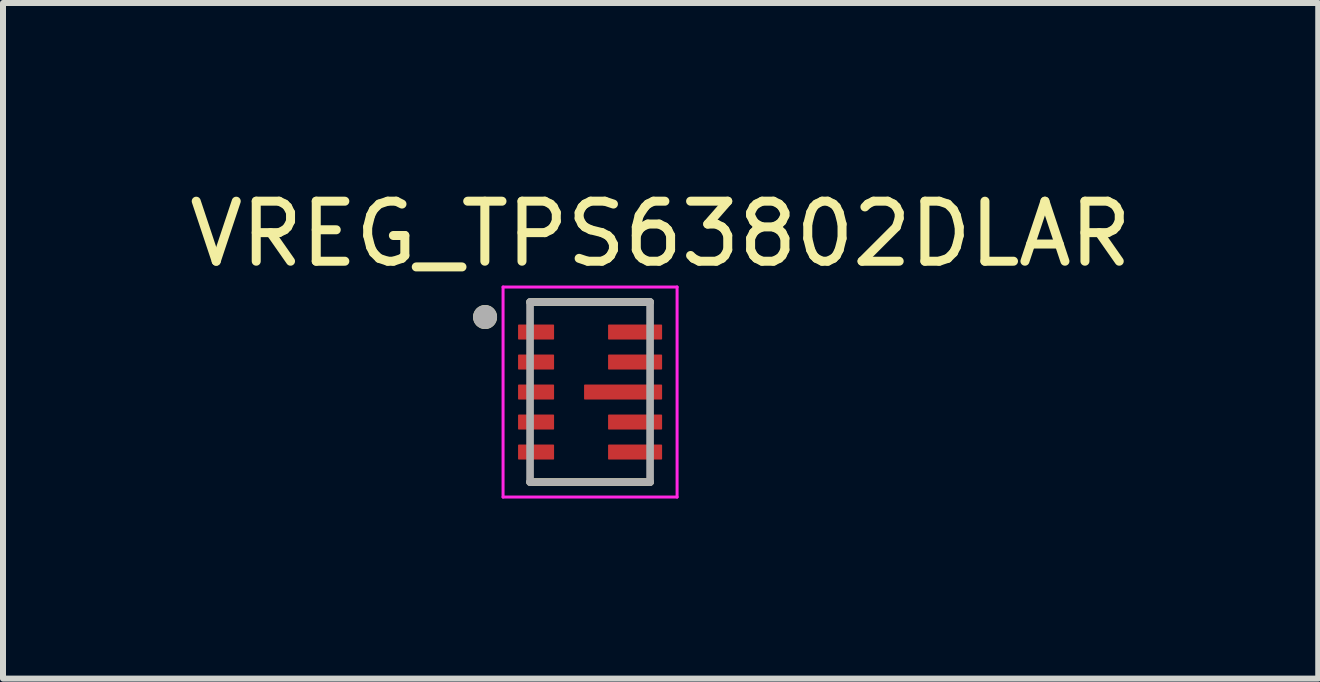
<source format=kicad_pcb>
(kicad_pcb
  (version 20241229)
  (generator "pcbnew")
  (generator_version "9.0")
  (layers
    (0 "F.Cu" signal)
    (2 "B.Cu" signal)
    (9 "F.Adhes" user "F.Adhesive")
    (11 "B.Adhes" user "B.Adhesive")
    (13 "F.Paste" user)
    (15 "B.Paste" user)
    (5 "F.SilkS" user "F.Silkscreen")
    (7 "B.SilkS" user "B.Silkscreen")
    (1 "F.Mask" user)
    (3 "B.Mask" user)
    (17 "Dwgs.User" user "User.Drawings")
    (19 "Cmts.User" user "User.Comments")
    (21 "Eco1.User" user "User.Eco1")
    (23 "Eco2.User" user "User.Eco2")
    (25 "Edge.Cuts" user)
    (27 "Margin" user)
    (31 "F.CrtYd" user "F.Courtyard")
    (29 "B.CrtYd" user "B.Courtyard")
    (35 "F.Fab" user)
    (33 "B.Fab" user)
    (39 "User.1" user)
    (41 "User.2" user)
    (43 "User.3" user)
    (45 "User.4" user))
  (footprint "VREG_TPS63802DLAR"
    (layer "F.Cu")
    (at 6.783 3.483)
    (property "Reference" "VREG_TPS63802DLAR" (at 1.175 -2.635 0) (layer "F.SilkS") (effects (font (size 1 1) (thickness 0.15))))
    (attr through_hole)
    (fp_poly (pts (xy -0.53 -1.075) (xy -0.53 -0.925) (xy -0.53 -0.919) (xy -0.531 -0.912) (xy -0.531 -0.906) (xy -0.533 -0.9) (xy -0.534 -0.894) (xy -0.536 -0.888) (xy -0.538 -0.882) (xy -0.54 -0.876) (xy -0.543 -0.871) (xy -0.546 -0.865) (xy -0.549 -0.86) (xy -0.553 -0.854) (xy -0.557 -0.849) (xy -0.561 -0.845) (xy -0.565 -0.84) (xy -0.57 -0.836) (xy -0.574 -0.832) (xy -0.579 -0.828) (xy -0.585 -0.824) (xy -0.59 -0.821) (xy -0.596 -0.818) (xy -0.601 -0.815) (xy -0.607 -0.813) (xy -0.613 -0.811) (xy -0.619 -0.809) (xy -0.625 -0.808) (xy -0.631 -0.806) (xy -0.637 -0.806) (xy -0.644 -0.805) (xy -0.65 -0.805) (xy -1.15 -0.805) (xy -1.156 -0.805) (xy -1.163 -0.806) (xy -1.169 -0.806) (xy -1.175 -0.808) (xy -1.181 -0.809) (xy -1.187 -0.811) (xy -1.193 -0.813) (xy -1.199 -0.815) (xy -1.204 -0.818) (xy -1.21 -0.821) (xy -1.215 -0.824) (xy -1.221 -0.828) (xy -1.226 -0.832) (xy -1.23 -0.836) (xy -1.235 -0.84) (xy -1.239 -0.845) (xy -1.243 -0.849) (xy -1.247 -0.854) (xy -1.251 -0.86) (xy -1.254 -0.865) (xy -1.257 -0.871) (xy -1.26 -0.876) (xy -1.262 -0.882) (xy -1.264 -0.888) (xy -1.266 -0.894) (xy -1.267 -0.9) (xy -1.269 -0.906) (xy -1.269 -0.912) (xy -1.27 -0.919) (xy -1.27 -0.925) (xy -1.27 -1.075) (xy -1.27 -1.081) (xy -1.269 -1.088) (xy -1.269 -1.094) (xy -1.267 -1.1) (xy -1.266 -1.106) (xy -1.264 -1.112) (xy -1.262 -1.118) (xy -1.26 -1.124) (xy -1.257 -1.129) (xy -1.254 -1.135) (xy -1.251 -1.14) (xy -1.247 -1.146) (xy -1.243 -1.151) (xy -1.239 -1.155) (xy -1.235 -1.16) (xy -1.23 -1.164) (xy -1.226 -1.168) (xy -1.221 -1.172) (xy -1.215 -1.176) (xy -1.21 -1.179) (xy -1.204 -1.182) (xy -1.199 -1.185) (xy -1.193 -1.187) (xy -1.187 -1.189) (xy -1.181 -1.191) (xy -1.175 -1.192) (xy -1.169 -1.194) (xy -1.163 -1.194) (xy -1.156 -1.195) (xy -1.15 -1.195) (xy -0.65 -1.195) (xy -0.644 -1.195) (xy -0.637 -1.194) (xy -0.631 -1.194) (xy -0.625 -1.192) (xy -0.619 -1.191) (xy -0.613 -1.189) (xy -0.607 -1.187) (xy -0.601 -1.185) (xy -0.596 -1.182) (xy -0.59 -1.179) (xy -0.585 -1.176) (xy -0.579 -1.172) (xy -0.574 -1.168) (xy -0.57 -1.164) (xy -0.565 -1.16) (xy -0.561 -1.155) (xy -0.557 -1.151) (xy -0.553 -1.146) (xy -0.549 -1.14) (xy -0.546 -1.135) (xy -0.543 -1.129) (xy -0.54 -1.124) (xy -0.538 -1.118) (xy -0.536 -1.112) (xy -0.534 -1.106) (xy -0.533 -1.1) (xy -0.531 -1.094) (xy -0.531 -1.088) (xy -0.53 -1.081) (xy -0.53 -1.075)) (stroke (width 0.01) (type solid)) (fill yes) (layer "F.Mask"))
    (fp_poly (pts (xy -0.53 -0.575) (xy -0.53 -0.425) (xy -0.53 -0.419) (xy -0.531 -0.412) (xy -0.531 -0.406) (xy -0.533 -0.4) (xy -0.534 -0.394) (xy -0.536 -0.388) (xy -0.538 -0.382) (xy -0.54 -0.376) (xy -0.543 -0.371) (xy -0.546 -0.365) (xy -0.549 -0.36) (xy -0.553 -0.354) (xy -0.557 -0.349) (xy -0.561 -0.345) (xy -0.565 -0.34) (xy -0.57 -0.336) (xy -0.574 -0.332) (xy -0.579 -0.328) (xy -0.585 -0.324) (xy -0.59 -0.321) (xy -0.596 -0.318) (xy -0.601 -0.315) (xy -0.607 -0.313) (xy -0.613 -0.311) (xy -0.619 -0.309) (xy -0.625 -0.308) (xy -0.631 -0.306) (xy -0.637 -0.306) (xy -0.644 -0.305) (xy -0.65 -0.305) (xy -1.15 -0.305) (xy -1.156 -0.305) (xy -1.163 -0.306) (xy -1.169 -0.306) (xy -1.175 -0.308) (xy -1.181 -0.309) (xy -1.187 -0.311) (xy -1.193 -0.313) (xy -1.199 -0.315) (xy -1.204 -0.318) (xy -1.21 -0.321) (xy -1.215 -0.324) (xy -1.221 -0.328) (xy -1.226 -0.332) (xy -1.23 -0.336) (xy -1.235 -0.34) (xy -1.239 -0.345) (xy -1.243 -0.349) (xy -1.247 -0.354) (xy -1.251 -0.36) (xy -1.254 -0.365) (xy -1.257 -0.371) (xy -1.26 -0.376) (xy -1.262 -0.382) (xy -1.264 -0.388) (xy -1.266 -0.394) (xy -1.267 -0.4) (xy -1.269 -0.406) (xy -1.269 -0.412) (xy -1.27 -0.419) (xy -1.27 -0.425) (xy -1.27 -0.575) (xy -1.27 -0.581) (xy -1.269 -0.588) (xy -1.269 -0.594) (xy -1.267 -0.6) (xy -1.266 -0.606) (xy -1.264 -0.612) (xy -1.262 -0.618) (xy -1.26 -0.624) (xy -1.257 -0.629) (xy -1.254 -0.635) (xy -1.251 -0.64) (xy -1.247 -0.646) (xy -1.243 -0.651) (xy -1.239 -0.655) (xy -1.235 -0.66) (xy -1.23 -0.664) (xy -1.226 -0.668) (xy -1.221 -0.672) (xy -1.215 -0.676) (xy -1.21 -0.679) (xy -1.204 -0.682) (xy -1.199 -0.685) (xy -1.193 -0.687) (xy -1.187 -0.689) (xy -1.181 -0.691) (xy -1.175 -0.692) (xy -1.169 -0.694) (xy -1.163 -0.694) (xy -1.156 -0.695) (xy -1.15 -0.695) (xy -0.65 -0.695) (xy -0.644 -0.695) (xy -0.637 -0.694) (xy -0.631 -0.694) (xy -0.625 -0.692) (xy -0.619 -0.691) (xy -0.613 -0.689) (xy -0.607 -0.687) (xy -0.601 -0.685) (xy -0.596 -0.682) (xy -0.59 -0.679) (xy -0.585 -0.676) (xy -0.579 -0.672) (xy -0.574 -0.668) (xy -0.57 -0.664) (xy -0.565 -0.66) (xy -0.561 -0.655) (xy -0.557 -0.651) (xy -0.553 -0.646) (xy -0.549 -0.64) (xy -0.546 -0.635) (xy -0.543 -0.629) (xy -0.54 -0.624) (xy -0.538 -0.618) (xy -0.536 -0.612) (xy -0.534 -0.606) (xy -0.533 -0.6) (xy -0.531 -0.594) (xy -0.531 -0.588) (xy -0.53 -0.581) (xy -0.53 -0.575)) (stroke (width 0.01) (type solid)) (fill yes) (layer "F.Mask"))
    (fp_poly (pts (xy -0.53 -0.075) (xy -0.53 0.075) (xy -0.53 0.081) (xy -0.531 0.088) (xy -0.531 0.094) (xy -0.533 0.1) (xy -0.534 0.106) (xy -0.536 0.112) (xy -0.538 0.118) (xy -0.54 0.124) (xy -0.543 0.129) (xy -0.546 0.135) (xy -0.549 0.14) (xy -0.553 0.146) (xy -0.557 0.151) (xy -0.561 0.155) (xy -0.565 0.16) (xy -0.57 0.164) (xy -0.574 0.168) (xy -0.579 0.172) (xy -0.585 0.176) (xy -0.59 0.179) (xy -0.596 0.182) (xy -0.601 0.185) (xy -0.607 0.187) (xy -0.613 0.189) (xy -0.619 0.191) (xy -0.625 0.192) (xy -0.631 0.194) (xy -0.637 0.194) (xy -0.644 0.195) (xy -0.65 0.195) (xy -1.15 0.195) (xy -1.156 0.195) (xy -1.163 0.194) (xy -1.169 0.194) (xy -1.175 0.192) (xy -1.181 0.191) (xy -1.187 0.189) (xy -1.193 0.187) (xy -1.199 0.185) (xy -1.204 0.182) (xy -1.21 0.179) (xy -1.215 0.176) (xy -1.221 0.172) (xy -1.226 0.168) (xy -1.23 0.164) (xy -1.235 0.16) (xy -1.239 0.155) (xy -1.243 0.151) (xy -1.247 0.146) (xy -1.251 0.14) (xy -1.254 0.135) (xy -1.257 0.129) (xy -1.26 0.124) (xy -1.262 0.118) (xy -1.264 0.112) (xy -1.266 0.106) (xy -1.267 0.1) (xy -1.269 0.094) (xy -1.269 0.088) (xy -1.27 0.081) (xy -1.27 0.075) (xy -1.27 -0.075) (xy -1.27 -0.081) (xy -1.269 -0.088) (xy -1.269 -0.094) (xy -1.267 -0.1) (xy -1.266 -0.106) (xy -1.264 -0.112) (xy -1.262 -0.118) (xy -1.26 -0.124) (xy -1.257 -0.129) (xy -1.254 -0.135) (xy -1.251 -0.14) (xy -1.247 -0.146) (xy -1.243 -0.151) (xy -1.239 -0.155) (xy -1.235 -0.16) (xy -1.23 -0.164) (xy -1.226 -0.168) (xy -1.221 -0.172) (xy -1.215 -0.176) (xy -1.21 -0.179) (xy -1.204 -0.182) (xy -1.199 -0.185) (xy -1.193 -0.187) (xy -1.187 -0.189) (xy -1.181 -0.191) (xy -1.175 -0.192) (xy -1.169 -0.194) (xy -1.163 -0.194) (xy -1.156 -0.195) (xy -1.15 -0.195) (xy -0.65 -0.195) (xy -0.644 -0.195) (xy -0.637 -0.194) (xy -0.631 -0.194) (xy -0.625 -0.192) (xy -0.619 -0.191) (xy -0.613 -0.189) (xy -0.607 -0.187) (xy -0.601 -0.185) (xy -0.596 -0.182) (xy -0.59 -0.179) (xy -0.585 -0.176) (xy -0.579 -0.172) (xy -0.574 -0.168) (xy -0.57 -0.164) (xy -0.565 -0.16) (xy -0.561 -0.155) (xy -0.557 -0.151) (xy -0.553 -0.146) (xy -0.549 -0.14) (xy -0.546 -0.135) (xy -0.543 -0.129) (xy -0.54 -0.124) (xy -0.538 -0.118) (xy -0.536 -0.112) (xy -0.534 -0.106) (xy -0.533 -0.1) (xy -0.531 -0.094) (xy -0.531 -0.088) (xy -0.53 -0.081) (xy -0.53 -0.075)) (stroke (width 0.01) (type solid)) (fill yes) (layer "F.Mask"))
    (fp_poly (pts (xy -0.53 0.425) (xy -0.53 0.575) (xy -0.53 0.581) (xy -0.531 0.588) (xy -0.531 0.594) (xy -0.533 0.6) (xy -0.534 0.606) (xy -0.536 0.612) (xy -0.538 0.618) (xy -0.54 0.624) (xy -0.543 0.629) (xy -0.546 0.635) (xy -0.549 0.64) (xy -0.553 0.646) (xy -0.557 0.651) (xy -0.561 0.655) (xy -0.565 0.66) (xy -0.57 0.664) (xy -0.574 0.668) (xy -0.579 0.672) (xy -0.585 0.676) (xy -0.59 0.679) (xy -0.596 0.682) (xy -0.601 0.685) (xy -0.607 0.687) (xy -0.613 0.689) (xy -0.619 0.691) (xy -0.625 0.692) (xy -0.631 0.694) (xy -0.637 0.694) (xy -0.644 0.695) (xy -0.65 0.695) (xy -1.15 0.695) (xy -1.156 0.695) (xy -1.163 0.694) (xy -1.169 0.694) (xy -1.175 0.692) (xy -1.181 0.691) (xy -1.187 0.689) (xy -1.193 0.687) (xy -1.199 0.685) (xy -1.204 0.682) (xy -1.21 0.679) (xy -1.215 0.676) (xy -1.221 0.672) (xy -1.226 0.668) (xy -1.23 0.664) (xy -1.235 0.66) (xy -1.239 0.655) (xy -1.243 0.651) (xy -1.247 0.646) (xy -1.251 0.64) (xy -1.254 0.635) (xy -1.257 0.629) (xy -1.26 0.624) (xy -1.262 0.618) (xy -1.264 0.612) (xy -1.266 0.606) (xy -1.267 0.6) (xy -1.269 0.594) (xy -1.269 0.588) (xy -1.27 0.581) (xy -1.27 0.575) (xy -1.27 0.425) (xy -1.27 0.419) (xy -1.269 0.412) (xy -1.269 0.406) (xy -1.267 0.4) (xy -1.266 0.394) (xy -1.264 0.388) (xy -1.262 0.382) (xy -1.26 0.376) (xy -1.257 0.371) (xy -1.254 0.365) (xy -1.251 0.36) (xy -1.247 0.354) (xy -1.243 0.349) (xy -1.239 0.345) (xy -1.235 0.34) (xy -1.23 0.336) (xy -1.226 0.332) (xy -1.221 0.328) (xy -1.215 0.324) (xy -1.21 0.321) (xy -1.204 0.318) (xy -1.199 0.315) (xy -1.193 0.313) (xy -1.187 0.311) (xy -1.181 0.309) (xy -1.175 0.308) (xy -1.169 0.306) (xy -1.163 0.306) (xy -1.156 0.305) (xy -1.15 0.305) (xy -0.65 0.305) (xy -0.644 0.305) (xy -0.637 0.306) (xy -0.631 0.306) (xy -0.625 0.308) (xy -0.619 0.309) (xy -0.613 0.311) (xy -0.607 0.313) (xy -0.601 0.315) (xy -0.596 0.318) (xy -0.59 0.321) (xy -0.585 0.324) (xy -0.579 0.328) (xy -0.574 0.332) (xy -0.57 0.336) (xy -0.565 0.34) (xy -0.561 0.345) (xy -0.557 0.349) (xy -0.553 0.354) (xy -0.549 0.36) (xy -0.546 0.365) (xy -0.543 0.371) (xy -0.54 0.376) (xy -0.538 0.382) (xy -0.536 0.388) (xy -0.534 0.394) (xy -0.533 0.4) (xy -0.531 0.406) (xy -0.531 0.412) (xy -0.53 0.419) (xy -0.53 0.425)) (stroke (width 0.01) (type solid)) (fill yes) (layer "F.Mask"))
    (fp_poly (pts (xy -0.53 0.925) (xy -0.53 1.075) (xy -0.53 1.081) (xy -0.531 1.088) (xy -0.531 1.094) (xy -0.533 1.1) (xy -0.534 1.106) (xy -0.536 1.112) (xy -0.538 1.118) (xy -0.54 1.124) (xy -0.543 1.129) (xy -0.546 1.135) (xy -0.549 1.14) (xy -0.553 1.146) (xy -0.557 1.151) (xy -0.561 1.155) (xy -0.565 1.16) (xy -0.57 1.164) (xy -0.574 1.168) (xy -0.579 1.172) (xy -0.585 1.176) (xy -0.59 1.179) (xy -0.596 1.182) (xy -0.601 1.185) (xy -0.607 1.187) (xy -0.613 1.189) (xy -0.619 1.191) (xy -0.625 1.192) (xy -0.631 1.194) (xy -0.637 1.194) (xy -0.644 1.195) (xy -0.65 1.195) (xy -1.15 1.195) (xy -1.156 1.195) (xy -1.163 1.194) (xy -1.169 1.194) (xy -1.175 1.192) (xy -1.181 1.191) (xy -1.187 1.189) (xy -1.193 1.187) (xy -1.199 1.185) (xy -1.204 1.182) (xy -1.21 1.179) (xy -1.215 1.176) (xy -1.221 1.172) (xy -1.226 1.168) (xy -1.23 1.164) (xy -1.235 1.16) (xy -1.239 1.155) (xy -1.243 1.151) (xy -1.247 1.146) (xy -1.251 1.14) (xy -1.254 1.135) (xy -1.257 1.129) (xy -1.26 1.124) (xy -1.262 1.118) (xy -1.264 1.112) (xy -1.266 1.106) (xy -1.267 1.1) (xy -1.269 1.094) (xy -1.269 1.088) (xy -1.27 1.081) (xy -1.27 1.075) (xy -1.27 0.925) (xy -1.27 0.919) (xy -1.269 0.912) (xy -1.269 0.906) (xy -1.267 0.9) (xy -1.266 0.894) (xy -1.264 0.888) (xy -1.262 0.882) (xy -1.26 0.876) (xy -1.257 0.871) (xy -1.254 0.865) (xy -1.251 0.86) (xy -1.247 0.854) (xy -1.243 0.849) (xy -1.239 0.845) (xy -1.235 0.84) (xy -1.23 0.836) (xy -1.226 0.832) (xy -1.221 0.828) (xy -1.215 0.824) (xy -1.21 0.821) (xy -1.204 0.818) (xy -1.199 0.815) (xy -1.193 0.813) (xy -1.187 0.811) (xy -1.181 0.809) (xy -1.175 0.808) (xy -1.169 0.806) (xy -1.163 0.806) (xy -1.156 0.805) (xy -1.15 0.805) (xy -0.65 0.805) (xy -0.644 0.805) (xy -0.637 0.806) (xy -0.631 0.806) (xy -0.625 0.808) (xy -0.619 0.809) (xy -0.613 0.811) (xy -0.607 0.813) (xy -0.601 0.815) (xy -0.596 0.818) (xy -0.59 0.821) (xy -0.585 0.824) (xy -0.579 0.828) (xy -0.574 0.832) (xy -0.57 0.836) (xy -0.565 0.84) (xy -0.561 0.845) (xy -0.557 0.849) (xy -0.553 0.854) (xy -0.549 0.86) (xy -0.546 0.865) (xy -0.543 0.871) (xy -0.54 0.876) (xy -0.538 0.882) (xy -0.536 0.888) (xy -0.534 0.894) (xy -0.533 0.9) (xy -0.531 0.906) (xy -0.531 0.912) (xy -0.53 0.919) (xy -0.53 0.925)) (stroke (width 0.01) (type solid)) (fill yes) (layer "F.Mask"))
    (fp_poly (pts (xy 1.27 -1.075) (xy 1.27 -0.925) (xy 1.27 -0.919) (xy 1.269 -0.912) (xy 1.269 -0.906) (xy 1.267 -0.9) (xy 1.266 -0.894) (xy 1.264 -0.888) (xy 1.262 -0.882) (xy 1.26 -0.876) (xy 1.257 -0.871) (xy 1.254 -0.865) (xy 1.251 -0.86) (xy 1.247 -0.854) (xy 1.243 -0.849) (xy 1.239 -0.845) (xy 1.235 -0.84) (xy 1.23 -0.836) (xy 1.226 -0.832) (xy 1.221 -0.828) (xy 1.215 -0.824) (xy 1.21 -0.821) (xy 1.204 -0.818) (xy 1.199 -0.815) (xy 1.193 -0.813) (xy 1.187 -0.811) (xy 1.181 -0.809) (xy 1.175 -0.808) (xy 1.169 -0.806) (xy 1.163 -0.806) (xy 1.156 -0.805) (xy 1.15 -0.805) (xy 0.35 -0.805) (xy 0.344 -0.805) (xy 0.337 -0.806) (xy 0.331 -0.806) (xy 0.325 -0.808) (xy 0.319 -0.809) (xy 0.313 -0.811) (xy 0.307 -0.813) (xy 0.301 -0.815) (xy 0.296 -0.818) (xy 0.29 -0.821) (xy 0.285 -0.824) (xy 0.279 -0.828) (xy 0.274 -0.832) (xy 0.27 -0.836) (xy 0.265 -0.84) (xy 0.261 -0.845) (xy 0.257 -0.849) (xy 0.253 -0.854) (xy 0.249 -0.86) (xy 0.246 -0.865) (xy 0.243 -0.871) (xy 0.24 -0.876) (xy 0.238 -0.882) (xy 0.236 -0.888) (xy 0.234 -0.894) (xy 0.233 -0.9) (xy 0.231 -0.906) (xy 0.231 -0.912) (xy 0.23 -0.919) (xy 0.23 -0.925) (xy 0.23 -1.075) (xy 0.23 -1.081) (xy 0.231 -1.088) (xy 0.231 -1.094) (xy 0.233 -1.1) (xy 0.234 -1.106) (xy 0.236 -1.112) (xy 0.238 -1.118) (xy 0.24 -1.124) (xy 0.243 -1.129) (xy 0.246 -1.135) (xy 0.249 -1.14) (xy 0.253 -1.146) (xy 0.257 -1.151) (xy 0.261 -1.155) (xy 0.265 -1.16) (xy 0.27 -1.164) (xy 0.274 -1.168) (xy 0.279 -1.172) (xy 0.285 -1.176) (xy 0.29 -1.179) (xy 0.296 -1.182) (xy 0.301 -1.185) (xy 0.307 -1.187) (xy 0.313 -1.189) (xy 0.319 -1.191) (xy 0.325 -1.192) (xy 0.331 -1.194) (xy 0.337 -1.194) (xy 0.344 -1.195) (xy 0.35 -1.195) (xy 1.15 -1.195) (xy 1.156 -1.195) (xy 1.163 -1.194) (xy 1.169 -1.194) (xy 1.175 -1.192) (xy 1.181 -1.191) (xy 1.187 -1.189) (xy 1.193 -1.187) (xy 1.199 -1.185) (xy 1.204 -1.182) (xy 1.21 -1.179) (xy 1.215 -1.176) (xy 1.221 -1.172) (xy 1.226 -1.168) (xy 1.23 -1.164) (xy 1.235 -1.16) (xy 1.239 -1.155) (xy 1.243 -1.151) (xy 1.247 -1.146) (xy 1.251 -1.14) (xy 1.254 -1.135) (xy 1.257 -1.129) (xy 1.26 -1.124) (xy 1.262 -1.118) (xy 1.264 -1.112) (xy 1.266 -1.106) (xy 1.267 -1.1) (xy 1.269 -1.094) (xy 1.269 -1.088) (xy 1.27 -1.081) (xy 1.27 -1.075)) (stroke (width 0.01) (type solid)) (fill yes) (layer "F.Mask"))
    (fp_poly (pts (xy 1.27 -0.575) (xy 1.27 -0.425) (xy 1.27 -0.419) (xy 1.269 -0.412) (xy 1.269 -0.406) (xy 1.267 -0.4) (xy 1.266 -0.394) (xy 1.264 -0.388) (xy 1.262 -0.382) (xy 1.26 -0.376) (xy 1.257 -0.371) (xy 1.254 -0.365) (xy 1.251 -0.36) (xy 1.247 -0.354) (xy 1.243 -0.349) (xy 1.239 -0.345) (xy 1.235 -0.34) (xy 1.23 -0.336) (xy 1.226 -0.332) (xy 1.221 -0.328) (xy 1.215 -0.324) (xy 1.21 -0.321) (xy 1.204 -0.318) (xy 1.199 -0.315) (xy 1.193 -0.313) (xy 1.187 -0.311) (xy 1.181 -0.309) (xy 1.175 -0.308) (xy 1.169 -0.306) (xy 1.163 -0.306) (xy 1.156 -0.305) (xy 1.15 -0.305) (xy 0.35 -0.305) (xy 0.344 -0.305) (xy 0.337 -0.306) (xy 0.331 -0.306) (xy 0.325 -0.308) (xy 0.319 -0.309) (xy 0.313 -0.311) (xy 0.307 -0.313) (xy 0.301 -0.315) (xy 0.296 -0.318) (xy 0.29 -0.321) (xy 0.285 -0.324) (xy 0.279 -0.328) (xy 0.274 -0.332) (xy 0.27 -0.336) (xy 0.265 -0.34) (xy 0.261 -0.345) (xy 0.257 -0.349) (xy 0.253 -0.354) (xy 0.249 -0.36) (xy 0.246 -0.365) (xy 0.243 -0.371) (xy 0.24 -0.376) (xy 0.238 -0.382) (xy 0.236 -0.388) (xy 0.234 -0.394) (xy 0.233 -0.4) (xy 0.231 -0.406) (xy 0.231 -0.412) (xy 0.23 -0.419) (xy 0.23 -0.425) (xy 0.23 -0.575) (xy 0.23 -0.581) (xy 0.231 -0.588) (xy 0.231 -0.594) (xy 0.233 -0.6) (xy 0.234 -0.606) (xy 0.236 -0.612) (xy 0.238 -0.618) (xy 0.24 -0.624) (xy 0.243 -0.629) (xy 0.246 -0.635) (xy 0.249 -0.64) (xy 0.253 -0.646) (xy 0.257 -0.651) (xy 0.261 -0.655) (xy 0.265 -0.66) (xy 0.27 -0.664) (xy 0.274 -0.668) (xy 0.279 -0.672) (xy 0.285 -0.676) (xy 0.29 -0.679) (xy 0.296 -0.682) (xy 0.301 -0.685) (xy 0.307 -0.687) (xy 0.313 -0.689) (xy 0.319 -0.691) (xy 0.325 -0.692) (xy 0.331 -0.694) (xy 0.337 -0.694) (xy 0.344 -0.695) (xy 0.35 -0.695) (xy 1.15 -0.695) (xy 1.156 -0.695) (xy 1.163 -0.694) (xy 1.169 -0.694) (xy 1.175 -0.692) (xy 1.181 -0.691) (xy 1.187 -0.689) (xy 1.193 -0.687) (xy 1.199 -0.685) (xy 1.204 -0.682) (xy 1.21 -0.679) (xy 1.215 -0.676) (xy 1.221 -0.672) (xy 1.226 -0.668) (xy 1.23 -0.664) (xy 1.235 -0.66) (xy 1.239 -0.655) (xy 1.243 -0.651) (xy 1.247 -0.646) (xy 1.251 -0.64) (xy 1.254 -0.635) (xy 1.257 -0.629) (xy 1.26 -0.624) (xy 1.262 -0.618) (xy 1.264 -0.612) (xy 1.266 -0.606) (xy 1.267 -0.6) (xy 1.269 -0.594) (xy 1.269 -0.588) (xy 1.27 -0.581) (xy 1.27 -0.575)) (stroke (width 0.01) (type solid)) (fill yes) (layer "F.Mask"))
    (fp_poly (pts (xy 1.27 -0.075) (xy 1.27 0.075) (xy 1.27 0.081) (xy 1.269 0.088) (xy 1.269 0.094) (xy 1.267 0.1) (xy 1.266 0.106) (xy 1.264 0.112) (xy 1.262 0.118) (xy 1.26 0.124) (xy 1.257 0.129) (xy 1.254 0.135) (xy 1.251 0.14) (xy 1.247 0.146) (xy 1.243 0.151) (xy 1.239 0.155) (xy 1.235 0.16) (xy 1.23 0.164) (xy 1.226 0.168) (xy 1.221 0.172) (xy 1.215 0.176) (xy 1.21 0.179) (xy 1.204 0.182) (xy 1.199 0.185) (xy 1.193 0.187) (xy 1.187 0.189) (xy 1.181 0.191) (xy 1.175 0.192) (xy 1.169 0.194) (xy 1.163 0.194) (xy 1.156 0.195) (xy 1.15 0.195) (xy -0.05 0.195) (xy -0.056 0.195) (xy -0.063 0.194) (xy -0.069 0.194) (xy -0.075 0.192) (xy -0.081 0.191) (xy -0.087 0.189) (xy -0.093 0.187) (xy -0.099 0.185) (xy -0.104 0.182) (xy -0.11 0.179) (xy -0.115 0.176) (xy -0.121 0.172) (xy -0.126 0.168) (xy -0.13 0.164) (xy -0.135 0.16) (xy -0.139 0.155) (xy -0.143 0.151) (xy -0.147 0.146) (xy -0.151 0.14) (xy -0.154 0.135) (xy -0.157 0.129) (xy -0.16 0.124) (xy -0.162 0.118) (xy -0.164 0.112) (xy -0.166 0.106) (xy -0.167 0.1) (xy -0.169 0.094) (xy -0.169 0.088) (xy -0.17 0.081) (xy -0.17 0.075) (xy -0.17 -0.075) (xy -0.17 -0.081) (xy -0.169 -0.088) (xy -0.169 -0.094) (xy -0.167 -0.1) (xy -0.166 -0.106) (xy -0.164 -0.112) (xy -0.162 -0.118) (xy -0.16 -0.124) (xy -0.157 -0.129) (xy -0.154 -0.135) (xy -0.151 -0.14) (xy -0.147 -0.146) (xy -0.143 -0.151) (xy -0.139 -0.155) (xy -0.135 -0.16) (xy -0.13 -0.164) (xy -0.126 -0.168) (xy -0.121 -0.172) (xy -0.115 -0.176) (xy -0.11 -0.179) (xy -0.104 -0.182) (xy -0.099 -0.185) (xy -0.093 -0.187) (xy -0.087 -0.189) (xy -0.081 -0.191) (xy -0.075 -0.192) (xy -0.069 -0.194) (xy -0.063 -0.194) (xy -0.056 -0.195) (xy -0.05 -0.195) (xy 1.15 -0.195) (xy 1.156 -0.195) (xy 1.163 -0.194) (xy 1.169 -0.194) (xy 1.175 -0.192) (xy 1.181 -0.191) (xy 1.187 -0.189) (xy 1.193 -0.187) (xy 1.199 -0.185) (xy 1.204 -0.182) (xy 1.21 -0.179) (xy 1.215 -0.176) (xy 1.221 -0.172) (xy 1.226 -0.168) (xy 1.23 -0.164) (xy 1.235 -0.16) (xy 1.239 -0.155) (xy 1.243 -0.151) (xy 1.247 -0.146) (xy 1.251 -0.14) (xy 1.254 -0.135) (xy 1.257 -0.129) (xy 1.26 -0.124) (xy 1.262 -0.118) (xy 1.264 -0.112) (xy 1.266 -0.106) (xy 1.267 -0.1) (xy 1.269 -0.094) (xy 1.269 -0.088) (xy 1.27 -0.081) (xy 1.27 -0.075)) (stroke (width 0.01) (type solid)) (fill yes) (layer "F.Mask"))
    (fp_poly (pts (xy 1.27 0.425) (xy 1.27 0.575) (xy 1.27 0.581) (xy 1.269 0.588) (xy 1.269 0.594) (xy 1.267 0.6) (xy 1.266 0.606) (xy 1.264 0.612) (xy 1.262 0.618) (xy 1.26 0.624) (xy 1.257 0.629) (xy 1.254 0.635) (xy 1.251 0.64) (xy 1.247 0.646) (xy 1.243 0.651) (xy 1.239 0.655) (xy 1.235 0.66) (xy 1.23 0.664) (xy 1.226 0.668) (xy 1.221 0.672) (xy 1.215 0.676) (xy 1.21 0.679) (xy 1.204 0.682) (xy 1.199 0.685) (xy 1.193 0.687) (xy 1.187 0.689) (xy 1.181 0.691) (xy 1.175 0.692) (xy 1.169 0.694) (xy 1.163 0.694) (xy 1.156 0.695) (xy 1.15 0.695) (xy 0.35 0.695) (xy 0.344 0.695) (xy 0.337 0.694) (xy 0.331 0.694) (xy 0.325 0.692) (xy 0.319 0.691) (xy 0.313 0.689) (xy 0.307 0.687) (xy 0.301 0.685) (xy 0.296 0.682) (xy 0.29 0.679) (xy 0.285 0.676) (xy 0.279 0.672) (xy 0.274 0.668) (xy 0.27 0.664) (xy 0.265 0.66) (xy 0.261 0.655) (xy 0.257 0.651) (xy 0.253 0.646) (xy 0.249 0.64) (xy 0.246 0.635) (xy 0.243 0.629) (xy 0.24 0.624) (xy 0.238 0.618) (xy 0.236 0.612) (xy 0.234 0.606) (xy 0.233 0.6) (xy 0.231 0.594) (xy 0.231 0.588) (xy 0.23 0.581) (xy 0.23 0.575) (xy 0.23 0.425) (xy 0.23 0.419) (xy 0.231 0.412) (xy 0.231 0.406) (xy 0.233 0.4) (xy 0.234 0.394) (xy 0.236 0.388) (xy 0.238 0.382) (xy 0.24 0.376) (xy 0.243 0.371) (xy 0.246 0.365) (xy 0.249 0.36) (xy 0.253 0.354) (xy 0.257 0.349) (xy 0.261 0.345) (xy 0.265 0.34) (xy 0.27 0.336) (xy 0.274 0.332) (xy 0.279 0.328) (xy 0.285 0.324) (xy 0.29 0.321) (xy 0.296 0.318) (xy 0.301 0.315) (xy 0.307 0.313) (xy 0.313 0.311) (xy 0.319 0.309) (xy 0.325 0.308) (xy 0.331 0.306) (xy 0.337 0.306) (xy 0.344 0.305) (xy 0.35 0.305) (xy 1.15 0.305) (xy 1.156 0.305) (xy 1.163 0.306) (xy 1.169 0.306) (xy 1.175 0.308) (xy 1.181 0.309) (xy 1.187 0.311) (xy 1.193 0.313) (xy 1.199 0.315) (xy 1.204 0.318) (xy 1.21 0.321) (xy 1.215 0.324) (xy 1.221 0.328) (xy 1.226 0.332) (xy 1.23 0.336) (xy 1.235 0.34) (xy 1.239 0.345) (xy 1.243 0.349) (xy 1.247 0.354) (xy 1.251 0.36) (xy 1.254 0.365) (xy 1.257 0.371) (xy 1.26 0.376) (xy 1.262 0.382) (xy 1.264 0.388) (xy 1.266 0.394) (xy 1.267 0.4) (xy 1.269 0.406) (xy 1.269 0.412) (xy 1.27 0.419) (xy 1.27 0.425)) (stroke (width 0.01) (type solid)) (fill yes) (layer "F.Mask"))
    (fp_poly (pts (xy 1.27 0.925) (xy 1.27 1.075) (xy 1.27 1.081) (xy 1.269 1.088) (xy 1.269 1.094) (xy 1.267 1.1) (xy 1.266 1.106) (xy 1.264 1.112) (xy 1.262 1.118) (xy 1.26 1.124) (xy 1.257 1.129) (xy 1.254 1.135) (xy 1.251 1.14) (xy 1.247 1.146) (xy 1.243 1.151) (xy 1.239 1.155) (xy 1.235 1.16) (xy 1.23 1.164) (xy 1.226 1.168) (xy 1.221 1.172) (xy 1.215 1.176) (xy 1.21 1.179) (xy 1.204 1.182) (xy 1.199 1.185) (xy 1.193 1.187) (xy 1.187 1.189) (xy 1.181 1.191) (xy 1.175 1.192) (xy 1.169 1.194) (xy 1.163 1.194) (xy 1.156 1.195) (xy 1.15 1.195) (xy 0.35 1.195) (xy 0.344 1.195) (xy 0.337 1.194) (xy 0.331 1.194) (xy 0.325 1.192) (xy 0.319 1.191) (xy 0.313 1.189) (xy 0.307 1.187) (xy 0.301 1.185) (xy 0.296 1.182) (xy 0.29 1.179) (xy 0.285 1.176) (xy 0.279 1.172) (xy 0.274 1.168) (xy 0.27 1.164) (xy 0.265 1.16) (xy 0.261 1.155) (xy 0.257 1.151) (xy 0.253 1.146) (xy 0.249 1.14) (xy 0.246 1.135) (xy 0.243 1.129) (xy 0.24 1.124) (xy 0.238 1.118) (xy 0.236 1.112) (xy 0.234 1.106) (xy 0.233 1.1) (xy 0.231 1.094) (xy 0.231 1.088) (xy 0.23 1.081) (xy 0.23 1.075) (xy 0.23 0.925) (xy 0.23 0.919) (xy 0.231 0.912) (xy 0.231 0.906) (xy 0.233 0.9) (xy 0.234 0.894) (xy 0.236 0.888) (xy 0.238 0.882) (xy 0.24 0.876) (xy 0.243 0.871) (xy 0.246 0.865) (xy 0.249 0.86) (xy 0.253 0.854) (xy 0.257 0.849) (xy 0.261 0.845) (xy 0.265 0.84) (xy 0.27 0.836) (xy 0.274 0.832) (xy 0.279 0.828) (xy 0.285 0.824) (xy 0.29 0.821) (xy 0.296 0.818) (xy 0.301 0.815) (xy 0.307 0.813) (xy 0.313 0.811) (xy 0.319 0.809) (xy 0.325 0.808) (xy 0.331 0.806) (xy 0.337 0.806) (xy 0.344 0.805) (xy 0.35 0.805) (xy 1.15 0.805) (xy 1.156 0.805) (xy 1.163 0.806) (xy 1.169 0.806) (xy 1.175 0.808) (xy 1.181 0.809) (xy 1.187 0.811) (xy 1.193 0.813) (xy 1.199 0.815) (xy 1.204 0.818) (xy 1.21 0.821) (xy 1.215 0.824) (xy 1.221 0.828) (xy 1.226 0.832) (xy 1.23 0.836) (xy 1.235 0.84) (xy 1.239 0.845) (xy 1.243 0.849) (xy 1.247 0.854) (xy 1.251 0.86) (xy 1.254 0.865) (xy 1.257 0.871) (xy 1.26 0.876) (xy 1.262 0.882) (xy 1.264 0.888) (xy 1.266 0.894) (xy 1.267 0.9) (xy 1.269 0.906) (xy 1.269 0.912) (xy 1.27 0.919) (xy 1.27 0.925)) (stroke (width 0.01) (type solid)) (fill yes) (layer "F.Mask"))
    (fp_line (start -1 -1.5) (end 1 -1.5) (stroke (width 0.127) (type solid)) (layer "F.SilkS"))
    (fp_line (start -1 1.5) (end 1 1.5) (stroke (width 0.127) (type solid)) (layer "F.SilkS"))
    (fp_circle (center -1.75 -1.25) (end -1.65 -1.25) (stroke (width 0.2) (type solid)) (fill no) (layer "F.SilkS"))
    (fp_poly (pts (xy 0.4 0.125) (xy -0.05 0.125) (xy -0.053 0.125) (xy -0.055 0.125) (xy -0.058 0.124) (xy -0.06 0.124) (xy -0.063 0.123) (xy -0.065 0.123) (xy -0.068 0.122) (xy -0.07 0.121) (xy -0.073 0.12) (xy -0.075 0.118) (xy -0.077 0.117) (xy -0.079 0.115) (xy -0.081 0.114) (xy -0.083 0.112) (xy -0.085 0.11) (xy -0.087 0.108) (xy -0.089 0.106) (xy -0.09 0.104) (xy -0.092 0.102) (xy -0.093 0.1) (xy -0.095 0.098) (xy -0.096 0.095) (xy -0.097 0.093) (xy -0.098 0.09) (xy -0.098 0.088) (xy -0.099 0.085) (xy -0.099 0.083) (xy -0.1 0.08) (xy -0.1 0.078) (xy -0.1 0.075) (xy -0.1 -0.075) (xy -0.1 -0.078) (xy -0.1 -0.08) (xy -0.099 -0.083) (xy -0.099 -0.085) (xy -0.098 -0.088) (xy -0.098 -0.09) (xy -0.097 -0.093) (xy -0.096 -0.095) (xy -0.095 -0.098) (xy -0.093 -0.1) (xy -0.092 -0.102) (xy -0.09 -0.104) (xy -0.089 -0.106) (xy -0.087 -0.108) (xy -0.085 -0.11) (xy -0.083 -0.112) (xy -0.081 -0.114) (xy -0.079 -0.115) (xy -0.077 -0.117) (xy -0.075 -0.118) (xy -0.073 -0.12) (xy -0.07 -0.121) (xy -0.068 -0.122) (xy -0.065 -0.123) (xy -0.063 -0.123) (xy -0.06 -0.124) (xy -0.058 -0.124) (xy -0.055 -0.125) (xy -0.053 -0.125) (xy -0.05 -0.125) (xy 0.4 -0.125) (xy 0.403 -0.125) (xy 0.405 -0.125) (xy 0.408 -0.124) (xy 0.41 -0.124) (xy 0.413 -0.123) (xy 0.415 -0.123) (xy 0.418 -0.122) (xy 0.42 -0.121) (xy 0.423 -0.12) (xy 0.425 -0.118) (xy 0.427 -0.117) (xy 0.429 -0.115) (xy 0.431 -0.114) (xy 0.433 -0.112) (xy 0.435 -0.11) (xy 0.437 -0.108) (xy 0.439 -0.106) (xy 0.44 -0.104) (xy 0.442 -0.102) (xy 0.443 -0.1) (xy 0.445 -0.098) (xy 0.446 -0.095) (xy 0.447 -0.093) (xy 0.448 -0.09) (xy 0.448 -0.088) (xy 0.449 -0.085) (xy 0.449 -0.083) (xy 0.45 -0.08) (xy 0.45 -0.078) (xy 0.45 -0.075) (xy 0.45 0.075) (xy 0.45 0.078) (xy 0.45 0.08) (xy 0.449 0.083) (xy 0.449 0.085) (xy 0.448 0.088) (xy 0.448 0.09) (xy 0.447 0.093) (xy 0.446 0.095) (xy 0.445 0.098) (xy 0.443 0.1) (xy 0.442 0.102) (xy 0.44 0.104) (xy 0.439 0.106) (xy 0.437 0.108) (xy 0.435 0.11) (xy 0.433 0.112) (xy 0.431 0.114) (xy 0.429 0.115) (xy 0.427 0.117) (xy 0.425 0.118) (xy 0.423 0.12) (xy 0.42 0.121) (xy 0.418 0.122) (xy 0.415 0.123) (xy 0.413 0.123) (xy 0.41 0.124) (xy 0.408 0.124) (xy 0.405 0.125) (xy 0.403 0.125) (xy 0.4 0.125)) (stroke (width 0.01) (type solid)) (fill yes) (layer "F.Paste"))
    (fp_poly (pts (xy 1.15 0.125) (xy 0.7 0.125) (xy 0.697 0.125) (xy 0.695 0.125) (xy 0.692 0.124) (xy 0.69 0.124) (xy 0.687 0.123) (xy 0.685 0.123) (xy 0.682 0.122) (xy 0.68 0.121) (xy 0.677 0.12) (xy 0.675 0.118) (xy 0.673 0.117) (xy 0.671 0.115) (xy 0.669 0.114) (xy 0.667 0.112) (xy 0.665 0.11) (xy 0.663 0.108) (xy 0.661 0.106) (xy 0.66 0.104) (xy 0.658 0.102) (xy 0.657 0.1) (xy 0.655 0.098) (xy 0.654 0.095) (xy 0.653 0.093) (xy 0.652 0.09) (xy 0.652 0.088) (xy 0.651 0.085) (xy 0.651 0.083) (xy 0.65 0.08) (xy 0.65 0.078) (xy 0.65 0.075) (xy 0.65 -0.075) (xy 0.65 -0.078) (xy 0.65 -0.08) (xy 0.651 -0.083) (xy 0.651 -0.085) (xy 0.652 -0.088) (xy 0.652 -0.09) (xy 0.653 -0.093) (xy 0.654 -0.095) (xy 0.655 -0.098) (xy 0.657 -0.1) (xy 0.658 -0.102) (xy 0.66 -0.104) (xy 0.661 -0.106) (xy 0.663 -0.108) (xy 0.665 -0.11) (xy 0.667 -0.112) (xy 0.669 -0.114) (xy 0.671 -0.115) (xy 0.673 -0.117) (xy 0.675 -0.118) (xy 0.677 -0.12) (xy 0.68 -0.121) (xy 0.682 -0.122) (xy 0.685 -0.123) (xy 0.687 -0.123) (xy 0.69 -0.124) (xy 0.692 -0.124) (xy 0.695 -0.125) (xy 0.697 -0.125) (xy 0.7 -0.125) (xy 1.15 -0.125) (xy 1.153 -0.125) (xy 1.155 -0.125) (xy 1.158 -0.124) (xy 1.16 -0.124) (xy 1.163 -0.123) (xy 1.165 -0.123) (xy 1.168 -0.122) (xy 1.17 -0.121) (xy 1.173 -0.12) (xy 1.175 -0.118) (xy 1.177 -0.117) (xy 1.179 -0.115) (xy 1.181 -0.114) (xy 1.183 -0.112) (xy 1.185 -0.11) (xy 1.187 -0.108) (xy 1.189 -0.106) (xy 1.19 -0.104) (xy 1.192 -0.102) (xy 1.193 -0.1) (xy 1.195 -0.098) (xy 1.196 -0.095) (xy 1.197 -0.093) (xy 1.198 -0.09) (xy 1.198 -0.088) (xy 1.199 -0.085) (xy 1.199 -0.083) (xy 1.2 -0.08) (xy 1.2 -0.078) (xy 1.2 -0.075) (xy 1.2 0.075) (xy 1.2 0.078) (xy 1.2 0.08) (xy 1.199 0.083) (xy 1.199 0.085) (xy 1.198 0.088) (xy 1.198 0.09) (xy 1.197 0.093) (xy 1.196 0.095) (xy 1.195 0.098) (xy 1.193 0.1) (xy 1.192 0.102) (xy 1.19 0.104) (xy 1.189 0.106) (xy 1.187 0.108) (xy 1.185 0.11) (xy 1.183 0.112) (xy 1.181 0.114) (xy 1.179 0.115) (xy 1.177 0.117) (xy 1.175 0.118) (xy 1.173 0.12) (xy 1.17 0.121) (xy 1.168 0.122) (xy 1.165 0.123) (xy 1.163 0.123) (xy 1.16 0.124) (xy 1.158 0.124) (xy 1.155 0.125) (xy 1.153 0.125) (xy 1.15 0.125)) (stroke (width 0.01) (type solid)) (fill yes) (layer "F.Paste"))
    (fp_line (start -1.45 -1.75) (end -1.45 1.75) (stroke (width 0.05) (type solid)) (layer "F.CrtYd"))
    (fp_line (start -1.45 -1.75) (end 1.45 -1.75) (stroke (width 0.05) (type solid)) (layer "F.CrtYd"))
    (fp_line (start -1.45 1.75) (end 1.45 1.75) (stroke (width 0.05) (type solid)) (layer "F.CrtYd"))
    (fp_line (start 1.45 -1.75) (end 1.45 1.75) (stroke (width 0.05) (type solid)) (layer "F.CrtYd"))
    (fp_line (start -1 -1.5) (end -1 1.5) (stroke (width 0.127) (type solid)) (layer "F.Fab"))
    (fp_line (start -1 -1.5) (end 1 -1.5) (stroke (width 0.127) (type solid)) (layer "F.Fab"))
    (fp_line (start -1 1.5) (end 1 1.5) (stroke (width 0.127) (type solid)) (layer "F.Fab"))
    (fp_line (start 1 -1.5) (end 1 1.5) (stroke (width 0.127) (type solid)) (layer "F.Fab"))
    (fp_circle (center -1.75 -1.25) (end -1.65 -1.25) (stroke (width 0.2) (type solid)) (fill no) (layer "F.Fab"))
    (pad "1" smd roundrect (at -0.9 -1) (size 0.6 0.25) (layers "F.Cu" "F.Paste") (roundrect_rratio 0.05))
    (pad "2" smd roundrect (at -0.9 -0.5) (size 0.6 0.25) (layers "F.Cu" "F.Paste") (roundrect_rratio 0.05))
    (pad "3" smd roundrect (at -0.9 0) (size 0.6 0.25) (layers "F.Cu" "F.Paste") (roundrect_rratio 0.05))
    (pad "4" smd roundrect (at -0.9 0.5) (size 0.6 0.25) (layers "F.Cu" "F.Paste") (roundrect_rratio 0.05))
    (pad "5" smd roundrect (at -0.9 1) (size 0.6 0.25) (layers "F.Cu" "F.Paste") (roundrect_rratio 0.05))
    (pad "6" smd roundrect (at 0.75 1) (size 0.9 0.25) (layers "F.Cu" "F.Paste") (roundrect_rratio 0.05))
    (pad "7" smd roundrect (at 0.75 0.5) (size 0.9 0.25) (layers "F.Cu" "F.Paste") (roundrect_rratio 0.05))
    (pad "8" smd roundrect (at 0.55 0) (size 1.3 0.25) (layers "F.Cu") (roundrect_rratio 0.05))
    (pad "9" smd roundrect (at 0.75 -0.5) (size 0.9 0.25) (layers "F.Cu" "F.Paste") (roundrect_rratio 0.05))
    (pad "10" smd roundrect (at 0.75 -1) (size 0.9 0.25) (layers "F.Cu" "F.Paste") (roundrect_rratio 0.05)))
  (gr_rect
    (start -3 -3)
    (end 18.917 8.258)
    (stroke (width 0.1) (type default))
    (fill no)
    (layer "Edge.Cuts")))
</source>
